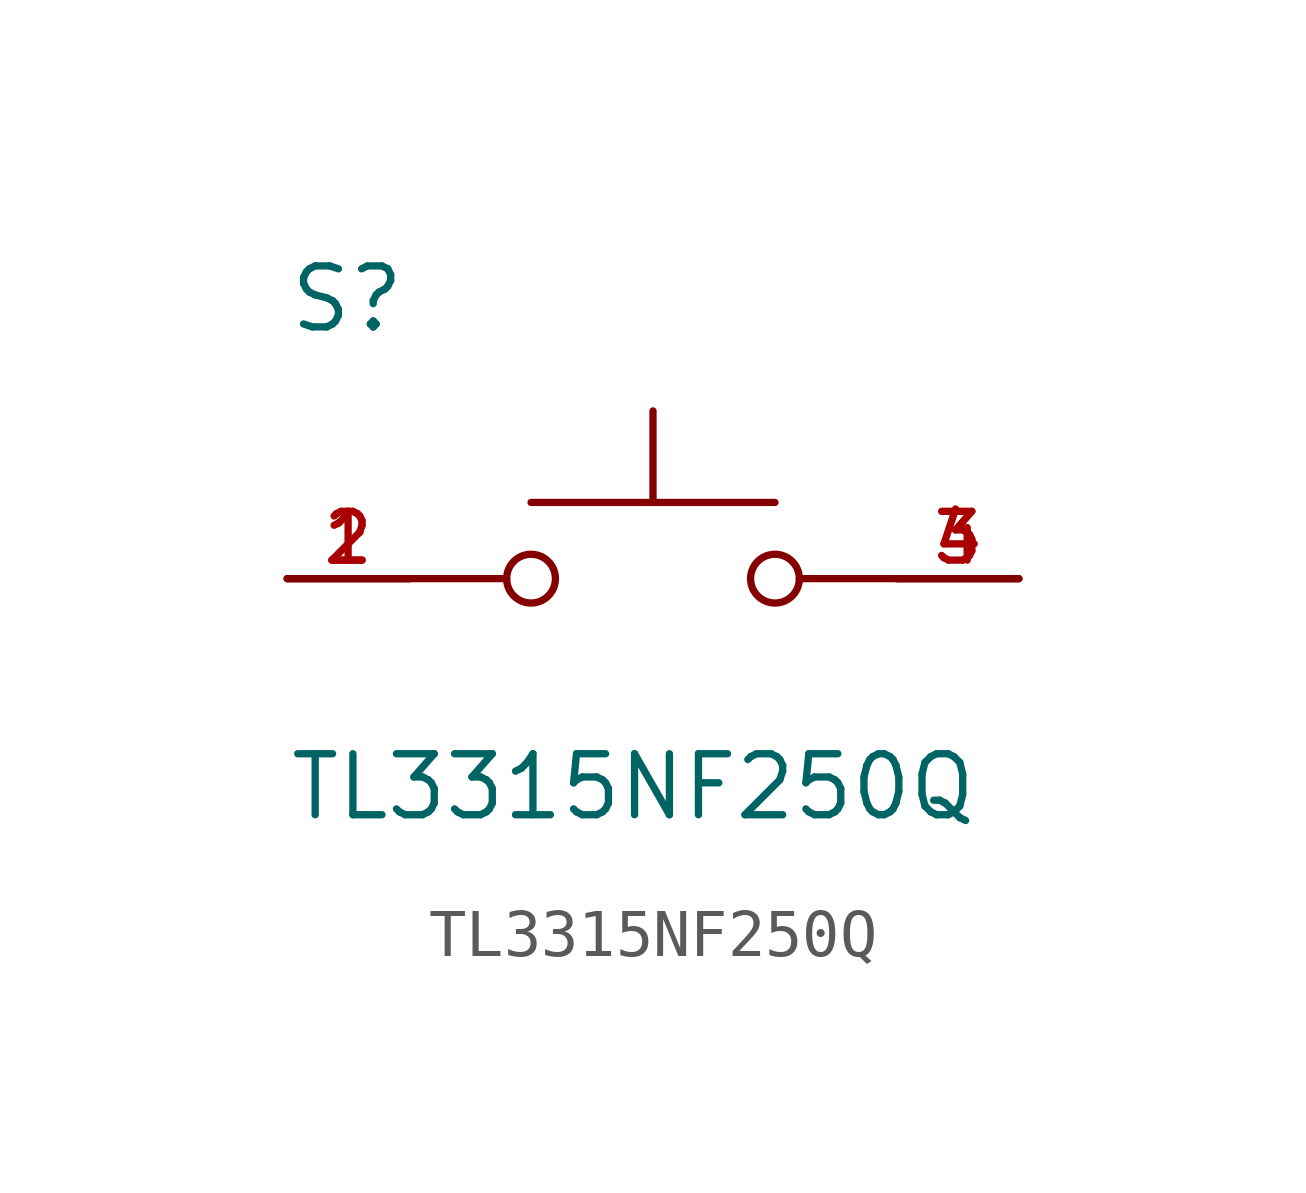
<source format=kicad_sym>
(kicad_symbol_lib
  (version 20211014)
  (generator kicad_symbol_editor)
  (symbol "TL3315NF250Q"
    (pin_names
      (offset 1.016))
    (property "Reference" "S"
      (at -7.62 5.08 0)
      (effects (font (size 1.27 1.27)) (justify bottom left)))
    (property "Value" "TL3315NF250Q"
      (at -7.62 -5.08 0)
      (effects (font (size 1.27 1.27)) (justify bottom left)))
    (symbol "TL3315NF250Q_0_0"
      (circle (center 2.54 0.0) (radius 0.508) (stroke (width 0.152)) (fill (type none)))
      (polyline (pts (xy 5.08 0.0) (xy 3.048 0.0)) (stroke (width 0.152)))
      (polyline (pts (xy -5.08 0.0) (xy -3.048 0.0)) (stroke (width 0.152)))
      (circle (center -2.54 0.0) (radius 0.508) (stroke (width 0.152)) (fill (type none)))
      (polyline (pts (xy -2.54 1.587) (xy 2.54 1.587)) (stroke (width 0.152)))
      (polyline (pts (xy 0.0 1.587) (xy 0.0 3.493)) (stroke (width 0.152)))
      (pin passive line (at -7.62 0.0 0) (length 2.54) (name "~" (effects (font (size 1.016 1.016)))) (number "1" (effects (font (size 1.016 1.016)))))
      (pin passive line (at 7.62 0.0 180.0) (length 2.54) (name "~" (effects (font (size 1.016 1.016)))) (number "3" (effects (font (size 1.016 1.016)))))
      (pin passive line (at -7.62 0.0 0) (length 2.54) (name "~" (effects (font (size 1.016 1.016)))) (number "2" (effects (font (size 1.016 1.016)))))
      (pin passive line (at 7.62 0.0 180.0) (length 2.54) (name "~" (effects (font (size 1.016 1.016)))) (number "4" (effects (font (size 1.016 1.016))))))))
</source>
